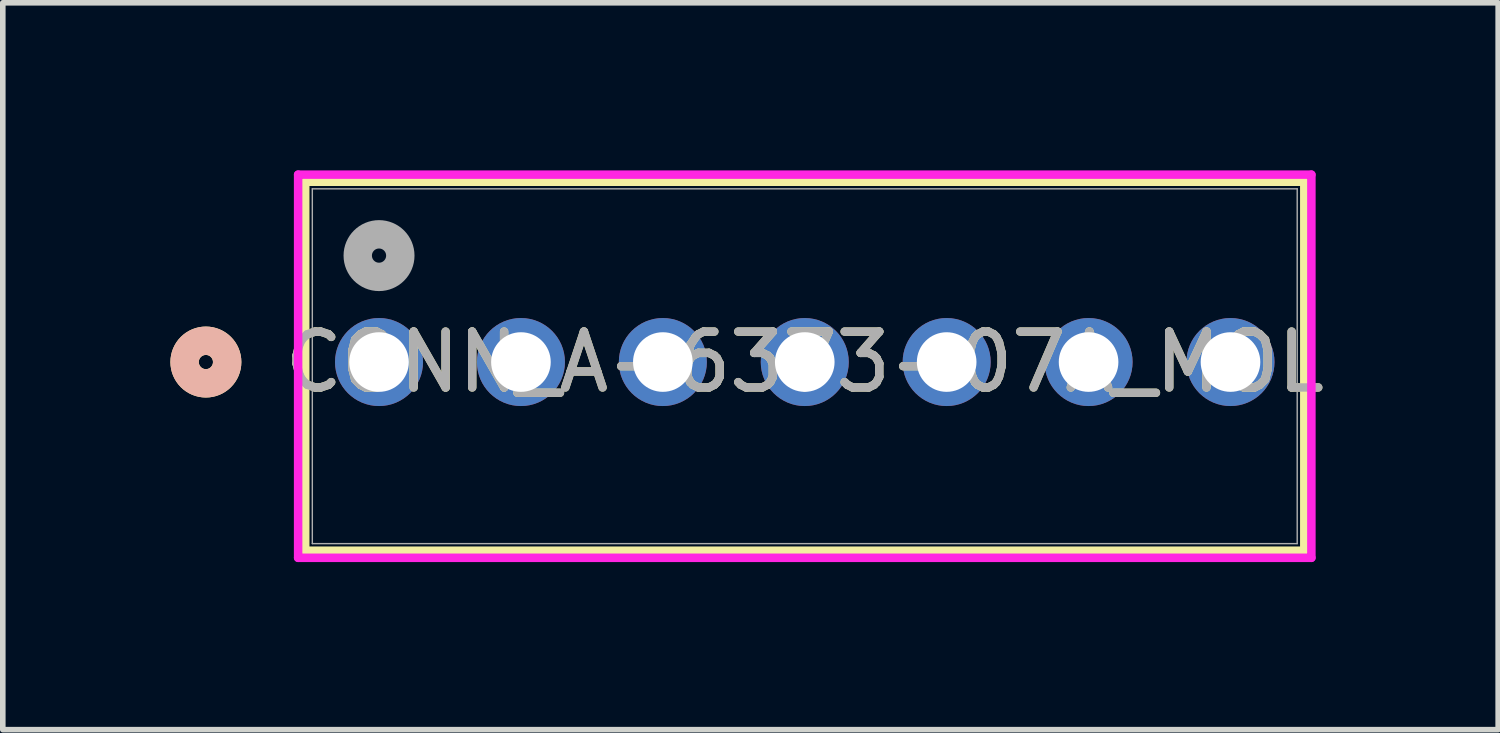
<source format=kicad_pcb>
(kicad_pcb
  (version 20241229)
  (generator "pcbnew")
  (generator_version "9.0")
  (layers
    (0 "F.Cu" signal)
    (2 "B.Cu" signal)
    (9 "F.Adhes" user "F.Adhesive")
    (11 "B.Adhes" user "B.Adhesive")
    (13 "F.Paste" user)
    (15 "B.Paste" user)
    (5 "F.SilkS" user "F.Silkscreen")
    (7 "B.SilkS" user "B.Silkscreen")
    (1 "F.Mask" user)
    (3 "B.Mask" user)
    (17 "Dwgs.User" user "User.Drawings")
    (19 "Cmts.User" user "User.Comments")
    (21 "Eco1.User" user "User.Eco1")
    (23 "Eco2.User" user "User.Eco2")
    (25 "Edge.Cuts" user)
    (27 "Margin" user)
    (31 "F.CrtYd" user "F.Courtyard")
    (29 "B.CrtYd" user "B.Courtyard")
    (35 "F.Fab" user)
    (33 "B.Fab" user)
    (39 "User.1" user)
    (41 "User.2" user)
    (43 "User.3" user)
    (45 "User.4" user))
  (footprint "CONN_A-6373-07A_MOL"
    (layer "F.Cu")
    (at 3.734 3.43)
    (property "Reference" "CONN_A-6373-07A_MOL" (at 7.62 0 0) (unlocked yes) (layer "F.SilkS") (effects (font (size 1 1) (thickness 0.15))))
    (attr through_hole)
    (fp_line (start -1.321 -3.227) (end -1.321 3.377) (stroke (width 0.152) (type solid)) (layer "F.SilkS"))
    (fp_line (start -1.321 3.377) (end 16.561 3.377) (stroke (width 0.152) (type solid)) (layer "F.SilkS"))
    (fp_line (start 16.561 -3.227) (end -1.321 -3.227) (stroke (width 0.152) (type solid)) (layer "F.SilkS"))
    (fp_line (start 16.561 3.377) (end 16.561 -3.227) (stroke (width 0.152) (type solid)) (layer "F.SilkS"))
    (fp_circle (center -3.099 0) (end -2.718 0) (stroke (width 0.508) (type solid)) (fill no) (layer "F.SilkS"))
    (fp_circle (center -3.099 0) (end -2.718 0) (stroke (width 0.508) (type solid)) (fill no) (layer "B.SilkS"))
    (fp_line (start -1.448 -3.354) (end -1.448 3.504) (stroke (width 0.152) (type solid)) (layer "F.CrtYd"))
    (fp_line (start -1.448 3.504) (end 16.688 3.504) (stroke (width 0.152) (type solid)) (layer "F.CrtYd"))
    (fp_line (start 16.688 -3.354) (end -1.448 -3.354) (stroke (width 0.152) (type solid)) (layer "F.CrtYd"))
    (fp_line (start 16.688 3.504) (end 16.688 -3.354) (stroke (width 0.152) (type solid)) (layer "F.CrtYd"))
    (fp_line (start -1.194 -3.1) (end -1.194 3.25) (stroke (width 0.025) (type solid)) (layer "F.Fab"))
    (fp_line (start -1.194 3.25) (end 16.434 3.25) (stroke (width 0.025) (type solid)) (layer "F.Fab"))
    (fp_line (start 16.434 -3.1) (end -1.194 -3.1) (stroke (width 0.025) (type solid)) (layer "F.Fab"))
    (fp_line (start 16.434 3.25) (end 16.434 -3.1) (stroke (width 0.025) (type solid)) (layer "F.Fab"))
    (fp_circle (center 0 -1.905) (end 0.381 -1.905) (stroke (width 0.508) (type solid)) (fill no) (layer "F.Fab"))
    (fp_text user "${REFERENCE}" (at 7.62 0 0) (unlocked yes) (layer "F.Fab") (effects (font (size 1 1) (thickness 0.15))))
    (pad "1" thru_hole circle (at 0 0) (size 1.575 1.575) (drill 1.067) (layers "*.Cu" "*.Mask"))
    (pad "2" thru_hole circle (at 2.54 0) (size 1.575 1.575) (drill 1.067) (layers "*.Cu" "*.Mask"))
    (pad "3" thru_hole circle (at 5.08 0) (size 1.575 1.575) (drill 1.067) (layers "*.Cu" "*.Mask"))
    (pad "4" thru_hole circle (at 7.62 0) (size 1.575 1.575) (drill 1.067) (layers "*.Cu" "*.Mask"))
    (pad "5" thru_hole circle (at 10.16 0) (size 1.575 1.575) (drill 1.067) (layers "*.Cu" "*.Mask"))
    (pad "6" thru_hole circle (at 12.7 0) (size 1.575 1.575) (drill 1.067) (layers "*.Cu" "*.Mask"))
    (pad "7" thru_hole circle (at 15.24 0) (size 1.575 1.575) (drill 1.067) (layers "*.Cu" "*.Mask")))
  (gr_rect
    (start -3 -3)
    (end 23.765 10.01)
    (stroke (width 0.1) (type default))
    (fill no)
    (layer "Edge.Cuts")))
</source>
